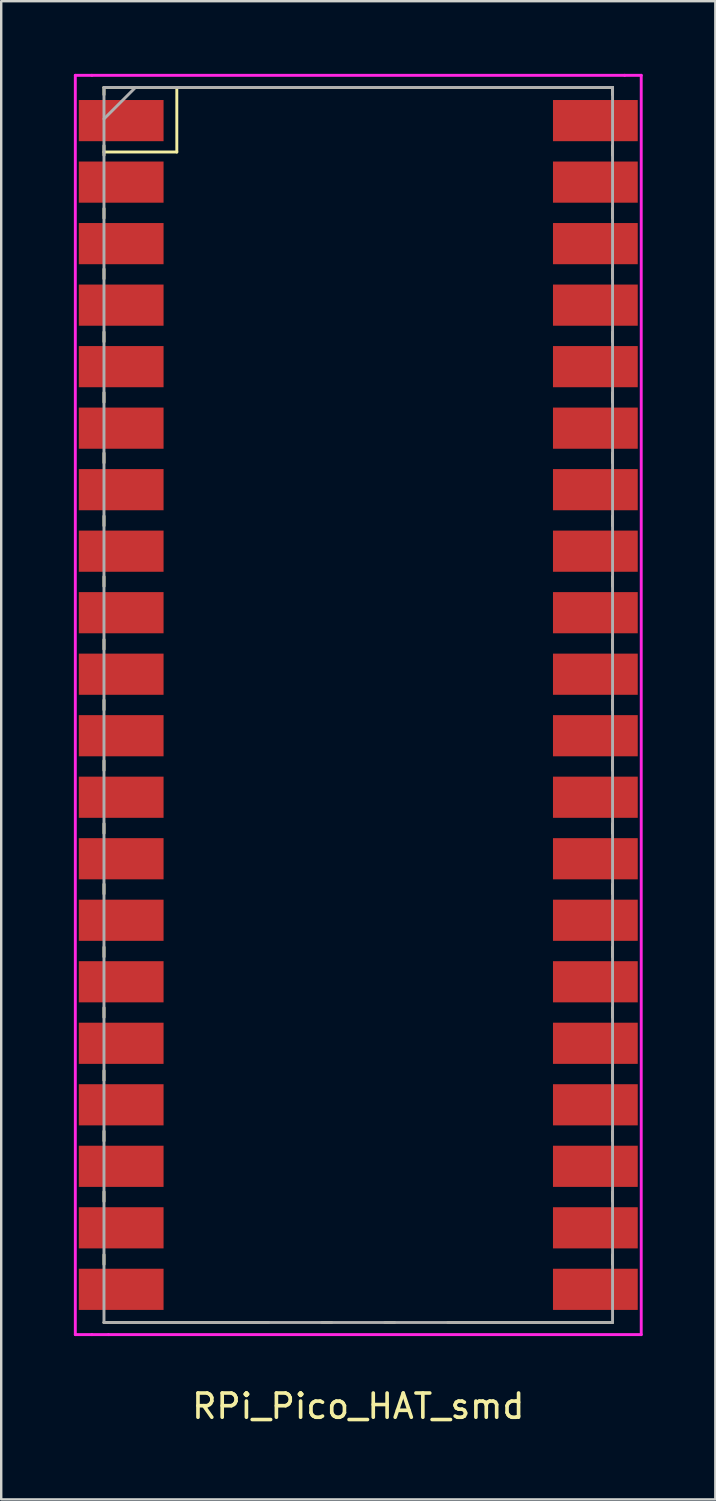
<source format=kicad_pcb>
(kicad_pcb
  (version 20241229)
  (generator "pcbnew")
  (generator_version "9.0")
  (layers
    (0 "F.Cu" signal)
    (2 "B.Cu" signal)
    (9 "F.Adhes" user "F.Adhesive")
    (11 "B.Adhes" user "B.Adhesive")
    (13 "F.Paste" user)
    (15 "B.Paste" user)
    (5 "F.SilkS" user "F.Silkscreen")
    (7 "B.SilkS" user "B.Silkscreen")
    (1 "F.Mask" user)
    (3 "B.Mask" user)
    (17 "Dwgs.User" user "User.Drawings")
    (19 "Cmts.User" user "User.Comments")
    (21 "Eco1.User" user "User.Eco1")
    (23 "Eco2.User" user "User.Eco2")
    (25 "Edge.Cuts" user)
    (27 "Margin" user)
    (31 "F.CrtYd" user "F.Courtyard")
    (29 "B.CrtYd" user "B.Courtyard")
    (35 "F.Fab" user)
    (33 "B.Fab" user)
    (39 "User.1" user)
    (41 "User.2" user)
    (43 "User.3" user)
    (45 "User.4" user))
  (footprint "RPi_Pico_HAT_smd"
    (layer "F.Cu")
    (at 11.744 27.584)
    (property "Reference" "RPi_Pico_HAT_smd" (at 0 27.432 0) (layer "F.SilkS") (effects (font (size 1 1) (thickness 0.15))))
    (attr through_hole)
    (fp_line (start -10.5 -27.024) (end -10.5 -26.724) (stroke (width 0.12) (type solid)) (layer "F.SilkS"))
    (fp_line (start -10.5 -27.024) (end 10.5 -27.024) (stroke (width 0.12) (type solid)) (layer "F.SilkS"))
    (fp_line (start -10.5 -24.624) (end -10.5 -24.224) (stroke (width 0.12) (type solid)) (layer "F.SilkS"))
    (fp_line (start -10.5 -24.357) (end -7.493 -24.357) (stroke (width 0.12) (type solid)) (layer "F.SilkS"))
    (fp_line (start -10.5 -22.024) (end -10.5 -21.624) (stroke (width 0.12) (type solid)) (layer "F.SilkS"))
    (fp_line (start -10.5 -19.524) (end -10.5 -19.124) (stroke (width 0.12) (type solid)) (layer "F.SilkS"))
    (fp_line (start -10.5 -16.924) (end -10.5 -16.524) (stroke (width 0.12) (type solid)) (layer "F.SilkS"))
    (fp_line (start -10.5 -14.424) (end -10.5 -14.024) (stroke (width 0.12) (type solid)) (layer "F.SilkS"))
    (fp_line (start -10.5 -11.924) (end -10.5 -11.524) (stroke (width 0.12) (type solid)) (layer "F.SilkS"))
    (fp_line (start -10.5 -9.324) (end -10.5 -8.924) (stroke (width 0.12) (type solid)) (layer "F.SilkS"))
    (fp_line (start -10.5 -6.824) (end -10.5 -6.424) (stroke (width 0.12) (type solid)) (layer "F.SilkS"))
    (fp_line (start -10.5 -4.224) (end -10.5 -3.824) (stroke (width 0.12) (type solid)) (layer "F.SilkS"))
    (fp_line (start -10.5 -1.724) (end -10.5 -1.324) (stroke (width 0.12) (type solid)) (layer "F.SilkS"))
    (fp_line (start -10.5 0.776) (end -10.5 1.176) (stroke (width 0.12) (type solid)) (layer "F.SilkS"))
    (fp_line (start -10.5 3.376) (end -10.5 3.776) (stroke (width 0.12) (type solid)) (layer "F.SilkS"))
    (fp_line (start -10.5 5.876) (end -10.5 6.276) (stroke (width 0.12) (type solid)) (layer "F.SilkS"))
    (fp_line (start -10.5 8.476) (end -10.5 8.876) (stroke (width 0.12) (type solid)) (layer "F.SilkS"))
    (fp_line (start -10.5 10.976) (end -10.5 11.376) (stroke (width 0.12) (type solid)) (layer "F.SilkS"))
    (fp_line (start -10.5 13.576) (end -10.5 13.976) (stroke (width 0.12) (type solid)) (layer "F.SilkS"))
    (fp_line (start -10.5 16.076) (end -10.5 16.476) (stroke (width 0.12) (type solid)) (layer "F.SilkS"))
    (fp_line (start -10.5 18.576) (end -10.5 18.976) (stroke (width 0.12) (type solid)) (layer "F.SilkS"))
    (fp_line (start -10.5 21.176) (end -10.5 21.576) (stroke (width 0.12) (type solid)) (layer "F.SilkS"))
    (fp_line (start -7.493 -24.357) (end -7.493 -27.024) (stroke (width 0.12) (type solid)) (layer "F.SilkS"))
    (fp_line (start -3.7 23.976) (end -10.5 23.976) (stroke (width 0.12) (type solid)) (layer "F.SilkS"))
    (fp_line (start -1.5 23.976) (end -1.1 23.976) (stroke (width 0.12) (type solid)) (layer "F.SilkS"))
    (fp_line (start 1.1 23.976) (end 1.5 23.976) (stroke (width 0.12) (type solid)) (layer "F.SilkS"))
    (fp_line (start 10.5 -27.024) (end 10.5 -26.724) (stroke (width 0.12) (type solid)) (layer "F.SilkS"))
    (fp_line (start 10.5 -24.624) (end 10.5 -24.224) (stroke (width 0.12) (type solid)) (layer "F.SilkS"))
    (fp_line (start 10.5 -22.024) (end 10.5 -21.624) (stroke (width 0.12) (type solid)) (layer "F.SilkS"))
    (fp_line (start 10.5 -19.524) (end 10.5 -19.124) (stroke (width 0.12) (type solid)) (layer "F.SilkS"))
    (fp_line (start 10.5 -16.924) (end 10.5 -16.524) (stroke (width 0.12) (type solid)) (layer "F.SilkS"))
    (fp_line (start 10.5 -14.424) (end 10.5 -14.024) (stroke (width 0.12) (type solid)) (layer "F.SilkS"))
    (fp_line (start 10.5 -11.924) (end 10.5 -11.524) (stroke (width 0.12) (type solid)) (layer "F.SilkS"))
    (fp_line (start 10.5 -9.324) (end 10.5 -8.924) (stroke (width 0.12) (type solid)) (layer "F.SilkS"))
    (fp_line (start 10.5 -6.824) (end 10.5 -6.424) (stroke (width 0.12) (type solid)) (layer "F.SilkS"))
    (fp_line (start 10.5 -4.224) (end 10.5 -3.824) (stroke (width 0.12) (type solid)) (layer "F.SilkS"))
    (fp_line (start 10.5 -1.724) (end 10.5 -1.324) (stroke (width 0.12) (type solid)) (layer "F.SilkS"))
    (fp_line (start 10.5 0.776) (end 10.5 1.176) (stroke (width 0.12) (type solid)) (layer "F.SilkS"))
    (fp_line (start 10.5 3.376) (end 10.5 3.776) (stroke (width 0.12) (type solid)) (layer "F.SilkS"))
    (fp_line (start 10.5 5.876) (end 10.5 6.276) (stroke (width 0.12) (type solid)) (layer "F.SilkS"))
    (fp_line (start 10.5 8.476) (end 10.5 8.876) (stroke (width 0.12) (type solid)) (layer "F.SilkS"))
    (fp_line (start 10.5 10.976) (end 10.5 11.376) (stroke (width 0.12) (type solid)) (layer "F.SilkS"))
    (fp_line (start 10.5 13.576) (end 10.5 13.976) (stroke (width 0.12) (type solid)) (layer "F.SilkS"))
    (fp_line (start 10.5 16.076) (end 10.5 16.476) (stroke (width 0.12) (type solid)) (layer "F.SilkS"))
    (fp_line (start 10.5 18.576) (end 10.5 18.976) (stroke (width 0.12) (type solid)) (layer "F.SilkS"))
    (fp_line (start 10.5 21.176) (end 10.5 21.576) (stroke (width 0.12) (type solid)) (layer "F.SilkS"))
    (fp_line (start 10.5 23.976) (end 3.7 23.976) (stroke (width 0.12) (type solid)) (layer "F.SilkS"))
    (fp_line (start -11.684 -27.524) (end -11 -27.524) (stroke (width 0.12) (type solid)) (layer "F.CrtYd"))
    (fp_line (start -11.684 24.476) (end -11.684 -27.524) (stroke (width 0.12) (type solid)) (layer "F.CrtYd"))
    (fp_line (start -11.684 24.476) (end -11 24.476) (stroke (width 0.12) (type solid)) (layer "F.CrtYd"))
    (fp_line (start -11 -27.524) (end 11 -27.524) (stroke (width 0.12) (type solid)) (layer "F.CrtYd"))
    (fp_line (start -10.316 24.476) (end -11 24.476) (stroke (width 0.12) (type solid)) (layer "F.CrtYd"))
    (fp_line (start 11 -27.524) (end 11.684 -27.524) (stroke (width 0.12) (type solid)) (layer "F.CrtYd"))
    (fp_line (start 11.684 -27.524) (end 11.684 24.476) (stroke (width 0.12) (type solid)) (layer "F.CrtYd"))
    (fp_line (start 11.684 24.476) (end -10.316 24.476) (stroke (width 0.12) (type solid)) (layer "F.CrtYd"))
    (fp_line (start -10.5 -27.024) (end 10.5 -27.024) (stroke (width 0.12) (type solid)) (layer "F.Fab"))
    (fp_line (start -10.5 -25.724) (end -9.2 -27.024) (stroke (width 0.12) (type solid)) (layer "F.Fab"))
    (fp_line (start -10.5 23.976) (end -10.5 -27.024) (stroke (width 0.12) (type solid)) (layer "F.Fab"))
    (fp_line (start 10.5 -27.024) (end 10.5 23.976) (stroke (width 0.12) (type solid)) (layer "F.Fab"))
    (fp_line (start 10.5 23.976) (end -10.5 23.976) (stroke (width 0.12) (type solid)) (layer "F.Fab"))
    (pad "1" smd rect (at -8.89 -25.654) (size 3.5 1.7) (drill (offset -0.9 0)) (layers "F.Cu" "F.Mask"))
    (pad "2" smd rect (at -8.89 -23.114) (size 3.5 1.7) (drill (offset -0.9 0)) (layers "F.Cu" "F.Mask"))
    (pad "3" smd rect (at -8.89 -20.574) (size 3.5 1.7) (drill (offset -0.9 0)) (layers "F.Cu" "F.Mask"))
    (pad "4" smd rect (at -8.89 -18.034) (size 3.5 1.7) (drill (offset -0.9 0)) (layers "F.Cu" "F.Mask"))
    (pad "5" smd rect (at -8.89 -15.494) (size 3.5 1.7) (drill (offset -0.9 0)) (layers "F.Cu" "F.Mask"))
    (pad "6" smd rect (at -8.89 -12.954) (size 3.5 1.7) (drill (offset -0.9 0)) (layers "F.Cu" "F.Mask"))
    (pad "7" smd rect (at -8.89 -10.414) (size 3.5 1.7) (drill (offset -0.9 0)) (layers "F.Cu" "F.Mask"))
    (pad "8" smd rect (at -8.89 -7.874) (size 3.5 1.7) (drill (offset -0.9 0)) (layers "F.Cu" "F.Mask"))
    (pad "9" smd rect (at -8.89 -5.334) (size 3.5 1.7) (drill (offset -0.9 0)) (layers "F.Cu" "F.Mask"))
    (pad "10" smd rect (at -8.89 -2.794) (size 3.5 1.7) (drill (offset -0.9 0)) (layers "F.Cu" "F.Mask"))
    (pad "11" smd rect (at -8.89 -0.254) (size 3.5 1.7) (drill (offset -0.9 0)) (layers "F.Cu" "F.Mask"))
    (pad "12" smd rect (at -8.89 2.286) (size 3.5 1.7) (drill (offset -0.9 0)) (layers "F.Cu" "F.Mask"))
    (pad "13" smd rect (at -8.89 4.826) (size 3.5 1.7) (drill (offset -0.9 0)) (layers "F.Cu" "F.Mask"))
    (pad "14" smd rect (at -8.89 7.366) (size 3.5 1.7) (drill (offset -0.9 0)) (layers "F.Cu" "F.Mask"))
    (pad "15" smd rect (at -8.89 9.906) (size 3.5 1.7) (drill (offset -0.9 0)) (layers "F.Cu" "F.Mask"))
    (pad "16" smd rect (at -8.89 12.446) (size 3.5 1.7) (drill (offset -0.9 0)) (layers "F.Cu" "F.Mask"))
    (pad "17" smd rect (at -8.89 14.986) (size 3.5 1.7) (drill (offset -0.9 0)) (layers "F.Cu" "F.Mask"))
    (pad "18" smd rect (at -8.89 17.526) (size 3.5 1.7) (drill (offset -0.9 0)) (layers "F.Cu" "F.Mask"))
    (pad "19" smd rect (at -8.89 20.066) (size 3.5 1.7) (drill (offset -0.9 0)) (layers "F.Cu" "F.Mask"))
    (pad "20" smd rect (at -8.89 22.606) (size 3.5 1.7) (drill (offset -0.9 0)) (layers "F.Cu" "F.Mask"))
    (pad "21" smd rect (at 8.89 22.606) (size 3.5 1.7) (drill (offset 0.9 0)) (layers "F.Cu" "F.Mask"))
    (pad "22" smd rect (at 8.89 20.066) (size 3.5 1.7) (drill (offset 0.9 0)) (layers "F.Cu" "F.Mask"))
    (pad "23" smd rect (at 8.89 17.526) (size 3.5 1.7) (drill (offset 0.9 0)) (layers "F.Cu" "F.Mask"))
    (pad "24" smd rect (at 8.89 14.986) (size 3.5 1.7) (drill (offset 0.9 0)) (layers "F.Cu" "F.Mask"))
    (pad "25" smd rect (at 8.89 12.446) (size 3.5 1.7) (drill (offset 0.9 0)) (layers "F.Cu" "F.Mask"))
    (pad "26" smd rect (at 8.89 9.906) (size 3.5 1.7) (drill (offset 0.9 0)) (layers "F.Cu" "F.Mask"))
    (pad "27" smd rect (at 8.89 7.366) (size 3.5 1.7) (drill (offset 0.9 0)) (layers "F.Cu" "F.Mask"))
    (pad "28" smd rect (at 8.89 4.826) (size 3.5 1.7) (drill (offset 0.9 0)) (layers "F.Cu" "F.Mask"))
    (pad "29" smd rect (at 8.89 2.286) (size 3.5 1.7) (drill (offset 0.9 0)) (layers "F.Cu" "F.Mask"))
    (pad "30" smd rect (at 8.89 -0.254) (size 3.5 1.7) (drill (offset 0.9 0)) (layers "F.Cu" "F.Mask"))
    (pad "31" smd rect (at 8.89 -2.794) (size 3.5 1.7) (drill (offset 0.9 0)) (layers "F.Cu" "F.Mask"))
    (pad "32" smd rect (at 8.89 -5.334) (size 3.5 1.7) (drill (offset 0.9 0)) (layers "F.Cu" "F.Mask"))
    (pad "33" smd rect (at 8.89 -7.874) (size 3.5 1.7) (drill (offset 0.9 0)) (layers "F.Cu" "F.Mask"))
    (pad "34" smd rect (at 8.89 -10.414) (size 3.5 1.7) (drill (offset 0.9 0)) (layers "F.Cu" "F.Mask"))
    (pad "35" smd rect (at 8.89 -12.954) (size 3.5 1.7) (drill (offset 0.9 0)) (layers "F.Cu" "F.Mask"))
    (pad "36" smd rect (at 8.89 -15.494) (size 3.5 1.7) (drill (offset 0.9 0)) (layers "F.Cu" "F.Mask"))
    (pad "37" smd rect (at 8.89 -18.034) (size 3.5 1.7) (drill (offset 0.9 0)) (layers "F.Cu" "F.Mask"))
    (pad "38" smd rect (at 8.89 -20.574) (size 3.5 1.7) (drill (offset 0.9 0)) (layers "F.Cu" "F.Mask"))
    (pad "39" smd rect (at 8.89 -23.114) (size 3.5 1.7) (drill (offset 0.9 0)) (layers "F.Cu" "F.Mask"))
    (pad "40" smd rect (at 8.89 -25.654) (size 3.5 1.7) (drill (offset 0.9 0)) (layers "F.Cu" "F.Mask")))
  (gr_rect
    (start -3 -3)
    (end 26.488 58.864)
    (stroke (width 0.1) (type default))
    (fill no)
    (layer "Edge.Cuts")))
</source>
